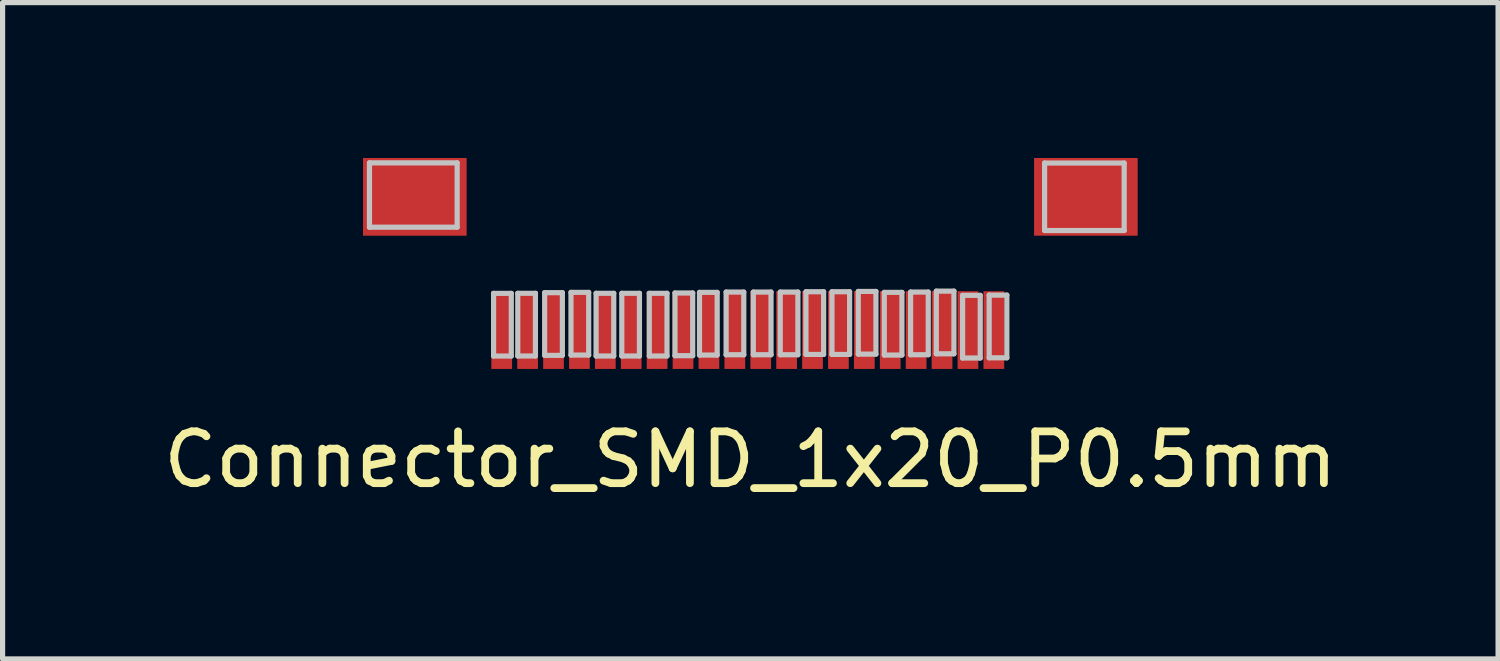
<source format=kicad_pcb>
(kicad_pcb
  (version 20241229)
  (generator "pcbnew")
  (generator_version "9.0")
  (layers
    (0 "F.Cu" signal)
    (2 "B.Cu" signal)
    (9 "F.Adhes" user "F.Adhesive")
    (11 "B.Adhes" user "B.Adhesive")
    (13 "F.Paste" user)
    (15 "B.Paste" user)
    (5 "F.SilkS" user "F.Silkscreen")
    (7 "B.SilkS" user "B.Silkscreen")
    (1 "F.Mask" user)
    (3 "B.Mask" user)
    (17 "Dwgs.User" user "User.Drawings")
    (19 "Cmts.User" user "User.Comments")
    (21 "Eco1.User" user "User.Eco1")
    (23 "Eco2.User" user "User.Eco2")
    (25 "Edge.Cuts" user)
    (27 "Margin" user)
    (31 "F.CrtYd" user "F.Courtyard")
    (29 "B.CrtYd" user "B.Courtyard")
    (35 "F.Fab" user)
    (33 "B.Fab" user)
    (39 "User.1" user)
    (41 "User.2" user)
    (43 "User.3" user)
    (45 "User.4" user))
  (footprint "Connector_SMD_1x20_P0.5mm"
    (layer "F.Cu")
    (at 11.435 5.322)
    (property "Reference" "Connector_SMD_1x20_P0.5mm" (at 0 0.5 0) (layer "F.SilkS") (effects (font (size 1 1) (thickness 0.15))))
    (attr through_hole)
    (fp_line (start -7.353 -5.228) (end -5.66 -5.228) (stroke (width 0.1) (type solid)) (layer "Dwgs.User"))
    (fp_line (start -7.353 -3.986) (end -7.353 -5.228) (stroke (width 0.1) (type solid)) (layer "Dwgs.User"))
    (fp_line (start -5.66 -5.228) (end -5.66 -3.986) (stroke (width 0.1) (type solid)) (layer "Dwgs.User"))
    (fp_line (start -5.66 -3.986) (end -7.353 -3.986) (stroke (width 0.1) (type solid)) (layer "Dwgs.User"))
    (fp_line (start -4.957 -2.709) (end -4.615 -2.709) (stroke (width 0.1) (type solid)) (layer "Dwgs.User"))
    (fp_line (start -4.957 -1.499) (end -4.957 -2.709) (stroke (width 0.1) (type solid)) (layer "Dwgs.User"))
    (fp_line (start -4.615 -2.709) (end -4.615 -1.499) (stroke (width 0.1) (type solid)) (layer "Dwgs.User"))
    (fp_line (start -4.615 -1.499) (end -4.957 -1.499) (stroke (width 0.1) (type solid)) (layer "Dwgs.User"))
    (fp_line (start -4.49 -2.71) (end -4.149 -2.71) (stroke (width 0.1) (type solid)) (layer "Dwgs.User"))
    (fp_line (start -4.49 -1.5) (end -4.49 -2.71) (stroke (width 0.1) (type solid)) (layer "Dwgs.User"))
    (fp_line (start -4.149 -2.71) (end -4.149 -1.5) (stroke (width 0.1) (type solid)) (layer "Dwgs.User"))
    (fp_line (start -4.149 -1.5) (end -4.49 -1.5) (stroke (width 0.1) (type solid)) (layer "Dwgs.User"))
    (fp_line (start -3.971 -2.722) (end -3.629 -2.722) (stroke (width 0.1) (type solid)) (layer "Dwgs.User"))
    (fp_line (start -3.971 -1.512) (end -3.971 -2.722) (stroke (width 0.1) (type solid)) (layer "Dwgs.User"))
    (fp_line (start -3.629 -2.722) (end -3.629 -1.512) (stroke (width 0.1) (type solid)) (layer "Dwgs.User"))
    (fp_line (start -3.629 -1.512) (end -3.971 -1.512) (stroke (width 0.1) (type solid)) (layer "Dwgs.User"))
    (fp_line (start -3.463 -2.728) (end -3.121 -2.728) (stroke (width 0.1) (type solid)) (layer "Dwgs.User"))
    (fp_line (start -3.463 -1.518) (end -3.463 -2.728) (stroke (width 0.1) (type solid)) (layer "Dwgs.User"))
    (fp_line (start -3.121 -2.728) (end -3.121 -1.518) (stroke (width 0.1) (type solid)) (layer "Dwgs.User"))
    (fp_line (start -3.121 -1.518) (end -3.463 -1.518) (stroke (width 0.1) (type solid)) (layer "Dwgs.User"))
    (fp_line (start -2.978 -2.71) (end -2.637 -2.71) (stroke (width 0.1) (type solid)) (layer "Dwgs.User"))
    (fp_line (start -2.978 -1.5) (end -2.978 -2.71) (stroke (width 0.1) (type solid)) (layer "Dwgs.User"))
    (fp_line (start -2.637 -2.71) (end -2.637 -1.5) (stroke (width 0.1) (type solid)) (layer "Dwgs.User"))
    (fp_line (start -2.637 -1.5) (end -2.978 -1.5) (stroke (width 0.1) (type solid)) (layer "Dwgs.User"))
    (fp_line (start -2.482 -2.71) (end -2.141 -2.71) (stroke (width 0.1) (type solid)) (layer "Dwgs.User"))
    (fp_line (start -2.482 -1.5) (end -2.482 -2.71) (stroke (width 0.1) (type solid)) (layer "Dwgs.User"))
    (fp_line (start -2.141 -2.71) (end -2.141 -1.5) (stroke (width 0.1) (type solid)) (layer "Dwgs.User"))
    (fp_line (start -2.141 -1.5) (end -2.482 -1.5) (stroke (width 0.1) (type solid)) (layer "Dwgs.User"))
    (fp_line (start -1.951 -2.71) (end -1.609 -2.71) (stroke (width 0.1) (type solid)) (layer "Dwgs.User"))
    (fp_line (start -1.951 -1.5) (end -1.951 -2.71) (stroke (width 0.1) (type solid)) (layer "Dwgs.User"))
    (fp_line (start -1.609 -2.71) (end -1.609 -1.5) (stroke (width 0.1) (type solid)) (layer "Dwgs.User"))
    (fp_line (start -1.609 -1.5) (end -1.951 -1.5) (stroke (width 0.1) (type solid)) (layer "Dwgs.User"))
    (fp_line (start -1.455 -2.716) (end -1.113 -2.716) (stroke (width 0.1) (type solid)) (layer "Dwgs.User"))
    (fp_line (start -1.455 -1.506) (end -1.455 -2.716) (stroke (width 0.1) (type solid)) (layer "Dwgs.User"))
    (fp_line (start -1.113 -2.716) (end -1.113 -1.506) (stroke (width 0.1) (type solid)) (layer "Dwgs.User"))
    (fp_line (start -1.113 -1.506) (end -1.455 -1.506) (stroke (width 0.1) (type solid)) (layer "Dwgs.User"))
    (fp_line (start -0.982 -2.728) (end -0.641 -2.728) (stroke (width 0.1) (type solid)) (layer "Dwgs.User"))
    (fp_line (start -0.982 -1.518) (end -0.982 -2.728) (stroke (width 0.1) (type solid)) (layer "Dwgs.User"))
    (fp_line (start -0.641 -2.728) (end -0.641 -1.518) (stroke (width 0.1) (type solid)) (layer "Dwgs.User"))
    (fp_line (start -0.641 -1.518) (end -0.982 -1.518) (stroke (width 0.1) (type solid)) (layer "Dwgs.User"))
    (fp_line (start -0.468 -2.734) (end -0.127 -2.734) (stroke (width 0.1) (type solid)) (layer "Dwgs.User"))
    (fp_line (start -0.468 -1.524) (end -0.468 -2.734) (stroke (width 0.1) (type solid)) (layer "Dwgs.User"))
    (fp_line (start -0.127 -2.734) (end -0.127 -1.524) (stroke (width 0.1) (type solid)) (layer "Dwgs.User"))
    (fp_line (start -0.127 -1.524) (end -0.468 -1.524) (stroke (width 0.1) (type solid)) (layer "Dwgs.User"))
    (fp_line (start 0.057 -2.734) (end 0.399 -2.734) (stroke (width 0.1) (type solid)) (layer "Dwgs.User"))
    (fp_line (start 0.057 -1.524) (end 0.057 -2.734) (stroke (width 0.1) (type solid)) (layer "Dwgs.User"))
    (fp_line (start 0.399 -2.734) (end 0.399 -1.524) (stroke (width 0.1) (type solid)) (layer "Dwgs.User"))
    (fp_line (start 0.399 -1.524) (end 0.057 -1.524) (stroke (width 0.1) (type solid)) (layer "Dwgs.User"))
    (fp_line (start 0.577 -2.734) (end 0.918 -2.734) (stroke (width 0.1) (type solid)) (layer "Dwgs.User"))
    (fp_line (start 0.577 -1.524) (end 0.577 -2.734) (stroke (width 0.1) (type solid)) (layer "Dwgs.User"))
    (fp_line (start 0.918 -2.734) (end 0.918 -1.524) (stroke (width 0.1) (type solid)) (layer "Dwgs.User"))
    (fp_line (start 0.918 -1.524) (end 0.577 -1.524) (stroke (width 0.1) (type solid)) (layer "Dwgs.User"))
    (fp_line (start 1.073 -2.74) (end 1.414 -2.74) (stroke (width 0.1) (type solid)) (layer "Dwgs.User"))
    (fp_line (start 1.073 -1.53) (end 1.073 -2.74) (stroke (width 0.1) (type solid)) (layer "Dwgs.User"))
    (fp_line (start 1.414 -2.74) (end 1.414 -1.53) (stroke (width 0.1) (type solid)) (layer "Dwgs.User"))
    (fp_line (start 1.414 -1.53) (end 1.073 -1.53) (stroke (width 0.1) (type solid)) (layer "Dwgs.User"))
    (fp_line (start 1.575 -2.74) (end 1.916 -2.74) (stroke (width 0.1) (type solid)) (layer "Dwgs.User"))
    (fp_line (start 1.575 -1.53) (end 1.575 -2.74) (stroke (width 0.1) (type solid)) (layer "Dwgs.User"))
    (fp_line (start 1.916 -2.74) (end 1.916 -1.53) (stroke (width 0.1) (type solid)) (layer "Dwgs.User"))
    (fp_line (start 1.916 -1.53) (end 1.575 -1.53) (stroke (width 0.1) (type solid)) (layer "Dwgs.User"))
    (fp_line (start 2.083 -2.746) (end 2.424 -2.746) (stroke (width 0.1) (type solid)) (layer "Dwgs.User"))
    (fp_line (start 2.083 -1.536) (end 2.083 -2.746) (stroke (width 0.1) (type solid)) (layer "Dwgs.User"))
    (fp_line (start 2.424 -2.746) (end 2.424 -1.536) (stroke (width 0.1) (type solid)) (layer "Dwgs.User"))
    (fp_line (start 2.424 -1.536) (end 2.083 -1.536) (stroke (width 0.1) (type solid)) (layer "Dwgs.User"))
    (fp_line (start 2.585 -2.728) (end 2.926 -2.728) (stroke (width 0.1) (type solid)) (layer "Dwgs.User"))
    (fp_line (start 2.585 -1.518) (end 2.585 -2.728) (stroke (width 0.1) (type solid)) (layer "Dwgs.User"))
    (fp_line (start 2.926 -2.728) (end 2.926 -1.518) (stroke (width 0.1) (type solid)) (layer "Dwgs.User"))
    (fp_line (start 2.926 -1.518) (end 2.585 -1.518) (stroke (width 0.1) (type solid)) (layer "Dwgs.User"))
    (fp_line (start 3.093 -2.734) (end 3.434 -2.734) (stroke (width 0.1) (type solid)) (layer "Dwgs.User"))
    (fp_line (start 3.093 -1.524) (end 3.093 -2.734) (stroke (width 0.1) (type solid)) (layer "Dwgs.User"))
    (fp_line (start 3.434 -2.734) (end 3.434 -1.524) (stroke (width 0.1) (type solid)) (layer "Dwgs.User"))
    (fp_line (start 3.434 -1.524) (end 3.093 -1.524) (stroke (width 0.1) (type solid)) (layer "Dwgs.User"))
    (fp_line (start 3.589 -2.752) (end 3.93 -2.752) (stroke (width 0.1) (type solid)) (layer "Dwgs.User"))
    (fp_line (start 3.589 -1.542) (end 3.589 -2.752) (stroke (width 0.1) (type solid)) (layer "Dwgs.User"))
    (fp_line (start 3.93 -2.752) (end 3.93 -1.542) (stroke (width 0.1) (type solid)) (layer "Dwgs.User"))
    (fp_line (start 3.93 -1.542) (end 3.589 -1.542) (stroke (width 0.1) (type solid)) (layer "Dwgs.User"))
    (fp_line (start 4.097 -2.671) (end 4.438 -2.671) (stroke (width 0.1) (type solid)) (layer "Dwgs.User"))
    (fp_line (start 4.097 -1.461) (end 4.097 -2.671) (stroke (width 0.1) (type solid)) (layer "Dwgs.User"))
    (fp_line (start 4.438 -2.671) (end 4.438 -1.461) (stroke (width 0.1) (type solid)) (layer "Dwgs.User"))
    (fp_line (start 4.438 -1.461) (end 4.097 -1.461) (stroke (width 0.1) (type solid)) (layer "Dwgs.User"))
    (fp_line (start 4.61 -2.675) (end 4.951 -2.675) (stroke (width 0.1) (type solid)) (layer "Dwgs.User"))
    (fp_line (start 4.61 -1.465) (end 4.61 -2.675) (stroke (width 0.1) (type solid)) (layer "Dwgs.User"))
    (fp_line (start 4.951 -2.675) (end 4.951 -1.465) (stroke (width 0.1) (type solid)) (layer "Dwgs.User"))
    (fp_line (start 4.951 -1.465) (end 4.61 -1.465) (stroke (width 0.1) (type solid)) (layer "Dwgs.User"))
    (fp_line (start 5.68 -5.225) (end 7.216 -5.225) (stroke (width 0.1) (type solid)) (layer "Dwgs.User"))
    (fp_line (start 5.68 -3.922) (end 5.68 -5.225) (stroke (width 0.1) (type solid)) (layer "Dwgs.User"))
    (fp_line (start 7.216 -5.225) (end 7.216 -3.922) (stroke (width 0.1) (type solid)) (layer "Dwgs.User"))
    (fp_line (start 7.216 -3.922) (end 5.68 -3.922) (stroke (width 0.1) (type solid)) (layer "Dwgs.User"))
    (pad "" smd rect (at -6.477 -4.572) (size 2 1.5) (layers "F.Cu" "F.Mask" "F.Paste"))
    (pad "" smd rect (at 6.477 -4.572) (size 2 1.5) (layers "F.Cu" "F.Mask" "F.Paste"))
    (pad "1" smd rect (at -4.8 -2) (size 0.4 1.5) (layers "F.Cu" "F.Mask" "F.Paste"))
    (pad "2" smd rect (at -4.3 -2) (size 0.4 1.5) (layers "F.Cu" "F.Mask" "F.Paste"))
    (pad "3" smd rect (at -3.8 -2) (size 0.4 1.5) (layers "F.Cu" "F.Mask" "F.Paste"))
    (pad "4" smd rect (at -3.3 -2) (size 0.4 1.5) (layers "F.Cu" "F.Mask" "F.Paste"))
    (pad "5" smd rect (at -2.8 -2) (size 0.4 1.5) (layers "F.Cu" "F.Mask" "F.Paste"))
    (pad "6" smd rect (at -2.3 -2) (size 0.4 1.5) (layers "F.Cu" "F.Mask" "F.Paste"))
    (pad "7" smd rect (at -1.8 -2) (size 0.4 1.5) (layers "F.Cu" "F.Mask" "F.Paste"))
    (pad "8" smd rect (at -1.3 -2) (size 0.4 1.5) (layers "F.Cu" "F.Mask" "F.Paste"))
    (pad "9" smd rect (at -0.8 -2) (size 0.4 1.5) (layers "F.Cu" "F.Mask" "F.Paste"))
    (pad "10" smd rect (at -0.3 -2) (size 0.4 1.5) (layers "F.Cu" "F.Mask" "F.Paste"))
    (pad "11" smd rect (at 0.2 -2) (size 0.4 1.5) (layers "F.Cu" "F.Mask" "F.Paste"))
    (pad "12" smd rect (at 0.7 -2) (size 0.4 1.5) (layers "F.Cu" "F.Mask" "F.Paste"))
    (pad "13" smd rect (at 1.2 -2) (size 0.4 1.5) (layers "F.Cu" "F.Mask" "F.Paste"))
    (pad "14" smd rect (at 1.7 -2) (size 0.4 1.5) (layers "F.Cu" "F.Mask" "F.Paste"))
    (pad "15" smd rect (at 2.2 -2) (size 0.4 1.5) (layers "F.Cu" "F.Mask" "F.Paste"))
    (pad "16" smd rect (at 2.7 -2) (size 0.4 1.5) (layers "F.Cu" "F.Mask" "F.Paste"))
    (pad "17" smd rect (at 3.2 -2) (size 0.4 1.5) (layers "F.Cu" "F.Mask" "F.Paste"))
    (pad "18" smd rect (at 3.7 -2) (size 0.4 1.5) (layers "F.Cu" "F.Mask" "F.Paste"))
    (pad "19" smd rect (at 4.2 -2) (size 0.4 1.5) (layers "F.Cu" "F.Mask" "F.Paste"))
    (pad "20" smd rect (at 4.7 -2) (size 0.4 1.5) (layers "F.Cu" "F.Mask" "F.Paste")))
  (gr_rect
    (start -3 -3)
    (end 25.869 9.67)
    (stroke (width 0.1) (type default))
    (fill no)
    (layer "Edge.Cuts")))
</source>
